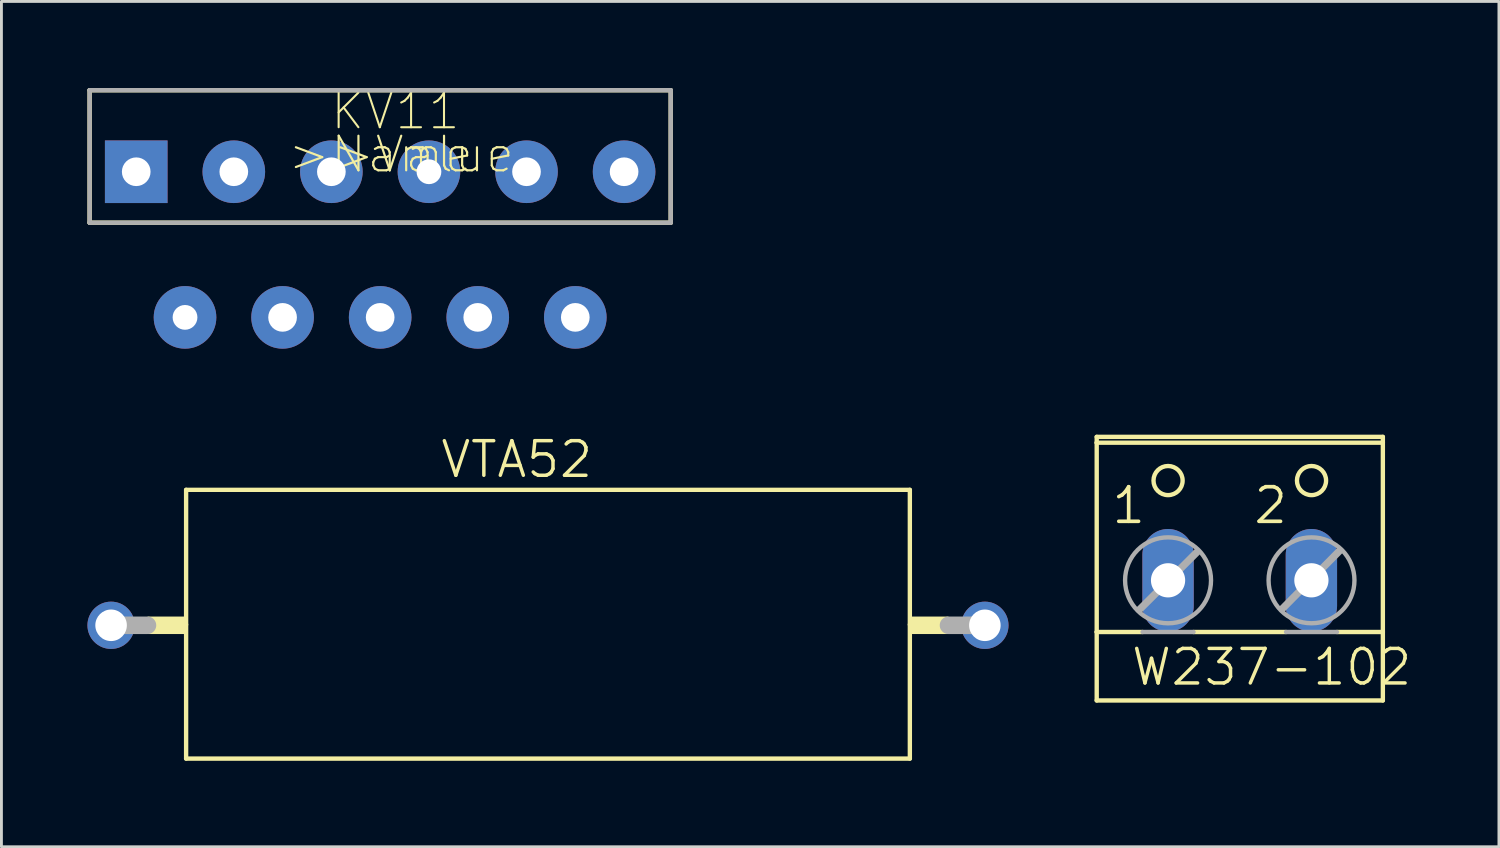
<source format=kicad_pcb>
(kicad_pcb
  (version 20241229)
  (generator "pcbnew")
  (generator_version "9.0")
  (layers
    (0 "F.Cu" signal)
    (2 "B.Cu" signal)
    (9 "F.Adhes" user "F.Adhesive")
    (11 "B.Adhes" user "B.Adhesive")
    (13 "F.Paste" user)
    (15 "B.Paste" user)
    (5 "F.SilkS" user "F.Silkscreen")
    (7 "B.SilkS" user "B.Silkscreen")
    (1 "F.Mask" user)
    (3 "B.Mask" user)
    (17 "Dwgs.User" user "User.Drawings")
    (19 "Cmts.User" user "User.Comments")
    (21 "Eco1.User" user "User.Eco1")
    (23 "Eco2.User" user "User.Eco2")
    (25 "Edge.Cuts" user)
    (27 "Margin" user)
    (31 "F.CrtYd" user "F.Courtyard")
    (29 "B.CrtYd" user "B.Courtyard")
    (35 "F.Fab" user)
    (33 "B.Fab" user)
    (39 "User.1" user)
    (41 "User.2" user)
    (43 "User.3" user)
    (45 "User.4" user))
  (footprint "VTA52"
    (layer "F.Cu")
    (at 16.065 18.762)
    (property "Reference" "VTA52" (at -3.81 -5.08 0) (layer "F.SilkS") (effects (font (size 1.206 1.206) (thickness 0.121)) (justify left bottom)))
    (attr through_hole)
    (fp_line (start -12.623 -4.725) (end -12.623 -0.025) (stroke (width 0.152) (type solid)) (layer "F.SilkS"))
    (fp_line (start -12.623 -0.025) (end -12.623 4.65) (stroke (width 0.152) (type solid)) (layer "F.SilkS"))
    (fp_line (start -12.623 4.65) (end 12.623 4.65) (stroke (width 0.152) (type solid)) (layer "F.SilkS"))
    (fp_line (start 12.623 -4.725) (end -12.623 -4.725) (stroke (width 0.152) (type solid)) (layer "F.SilkS"))
    (fp_line (start 12.623 -0.025) (end 12.623 -4.725) (stroke (width 0.152) (type solid)) (layer "F.SilkS"))
    (fp_line (start 12.623 4.65) (end 12.623 -0.025) (stroke (width 0.152) (type solid)) (layer "F.SilkS"))
    (fp_poly (pts (xy -13.97 0.305) (xy -12.568 0.305) (xy -12.568 -0.305) (xy -13.97 -0.305)) (stroke (width 0) (type solid)) (fill yes) (layer "F.SilkS"))
    (fp_poly (pts (xy 12.568 0.305) (xy 13.97 0.305) (xy 13.97 -0.305) (xy 12.568 -0.305)) (stroke (width 0) (type solid)) (fill yes) (layer "F.SilkS"))
    (fp_line (start -15.24 0) (end -13.97 0) (stroke (width 0.61) (type solid)) (layer "F.Fab"))
    (fp_line (start 13.97 0) (end 15.24 0) (stroke (width 0.61) (type solid)) (layer "F.Fab"))
    (pad "1" thru_hole circle (at -15.24 0) (size 1.65 1.65) (drill 1.1) (layers "*.Cu" "*.Mask"))
    (pad "2" thru_hole circle (at 15.24 0) (size 1.65 1.65) (drill 1.1) (layers "*.Cu" "*.Mask")))
  (footprint "KV11"
    (layer "F.Cu")
    (at 18.72 1.874)
    (property "Reference" "KV11" (at -7.976 -1.041 180) (layer "F.SilkS") (effects (font (size 1.206 1.206) (thickness 0.072))))
    (attr through_hole)
    (fp_line (start -18.644 -1.778) (end -18.644 2.845) (stroke (width 0.152) (type solid)) (layer "F.SilkS"))
    (fp_line (start -18.644 2.845) (end 1.626 2.845) (stroke (width 0.152) (type solid)) (layer "F.SilkS"))
    (fp_line (start 1.626 -1.778) (end -18.644 -1.778) (stroke (width 0.152) (type solid)) (layer "F.SilkS"))
    (fp_line (start 1.626 2.845) (end 1.626 -1.778) (stroke (width 0.152) (type solid)) (layer "F.SilkS"))
    (fp_line (start -18.644 -1.778) (end -18.644 2.845) (stroke (width 0.152) (type solid)) (layer "F.Fab"))
    (fp_line (start -18.644 2.845) (end 1.626 2.845) (stroke (width 0.152) (type solid)) (layer "F.Fab"))
    (fp_line (start 1.626 -1.778) (end -18.644 -1.778) (stroke (width 0.152) (type solid)) (layer "F.Fab"))
    (fp_line (start 1.626 2.845) (end 1.626 -1.778) (stroke (width 0.152) (type solid)) (layer "F.Fab"))
    (fp_text user ">Value" (at -10.236 1.168 0) (layer "F.SilkS") (effects (font (size 1.206 1.206) (thickness 0.076)) (justify left bottom)))
    (fp_text user ">Name" (at -11.786 1.168 0) (layer "F.SilkS") (effects (font (size 1.206 1.206) (thickness 0.076)) (justify left bottom)))
    (pad "1" thru_hole rect (at -17.018 1.067) (size 2.184 2.184) (drill 1) (layers "*.Cu" "*.Mask"))
    (pad "2" thru_hole circle (at -15.316 6.147) (size 2.184 2.184) (drill 0.864) (layers "*.Cu" "*.Mask"))
    (pad "3" thru_hole circle (at -13.614 1.067) (size 2.184 2.184) (drill 1) (layers "*.Cu" "*.Mask"))
    (pad "4" thru_hole circle (at -11.913 6.147) (size 2.184 2.184) (drill 1) (layers "*.Cu" "*.Mask"))
    (pad "5" thru_hole circle (at -10.211 1.067) (size 2.184 2.184) (drill 1) (layers "*.Cu" "*.Mask"))
    (pad "6" thru_hole circle (at -8.509 6.147) (size 2.184 2.184) (drill 1) (layers "*.Cu" "*.Mask"))
    (pad "7" thru_hole circle (at -6.807 1.067) (size 2.184 2.184) (drill 0.864) (layers "*.Cu" "*.Mask"))
    (pad "8" thru_hole circle (at -5.105 6.147) (size 2.184 2.184) (drill 1) (layers "*.Cu" "*.Mask"))
    (pad "9" thru_hole circle (at -3.404 1.067) (size 2.184 2.184) (drill 1) (layers "*.Cu" "*.Mask"))
    (pad "10" thru_hole circle (at -1.702 6.147) (size 2.184 2.184) (drill 1) (layers "*.Cu" "*.Mask"))
    (pad "11" thru_hole circle (at 0 1.067) (size 2.184 2.184) (drill 1) (layers "*.Cu" "*.Mask")))
  (footprint "W237-102"
    (layer "F.Cu")
    (at 40.195 15.923)
    (property "Reference" "W237-102" (at -3.846 5.004 180) (layer "F.SilkS") (effects (font (size 1.206 1.206) (thickness 0.121)) (justify left bottom)))
    (attr through_hole)
    (fp_line (start -4.989 -3.531) (end -4.989 -3.734) (stroke (width 0.152) (type solid)) (layer "F.SilkS"))
    (fp_line (start -4.989 -3.531) (end 4.993 -3.531) (stroke (width 0.152) (type solid)) (layer "F.SilkS"))
    (fp_line (start -4.989 3.073) (end -4.989 -3.531) (stroke (width 0.152) (type solid)) (layer "F.SilkS"))
    (fp_line (start -4.989 3.073) (end -3.389 3.073) (stroke (width 0.152) (type solid)) (layer "F.SilkS"))
    (fp_line (start -4.989 5.461) (end -4.989 3.073) (stroke (width 0.152) (type solid)) (layer "F.SilkS"))
    (fp_line (start -4.989 5.461) (end 4.993 5.461) (stroke (width 0.152) (type solid)) (layer "F.SilkS"))
    (fp_line (start -1.611 3.073) (end 1.615 3.073) (stroke (width 0.152) (type solid)) (layer "F.SilkS"))
    (fp_line (start 3.393 3.073) (end 4.993 3.073) (stroke (width 0.152) (type solid)) (layer "F.SilkS"))
    (fp_line (start 4.993 -3.734) (end -4.989 -3.734) (stroke (width 0.152) (type solid)) (layer "F.SilkS"))
    (fp_line (start 4.993 -3.734) (end 4.993 -3.531) (stroke (width 0.152) (type solid)) (layer "F.SilkS"))
    (fp_line (start 4.993 -3.531) (end 4.993 3.073) (stroke (width 0.152) (type solid)) (layer "F.SilkS"))
    (fp_line (start 4.993 3.073) (end 4.993 5.461) (stroke (width 0.152) (type solid)) (layer "F.SilkS"))
    (fp_circle (center -2.5 -2.21) (end -1.992 -2.21) (stroke (width 0.152) (type solid)) (fill no) (layer "F.SilkS"))
    (fp_circle (center 2.504 -2.21) (end 3.012 -2.21) (stroke (width 0.152) (type solid)) (fill no) (layer "F.SilkS"))
    (fp_line (start -3.491 2.286) (end -1.484 0.279) (stroke (width 0.254) (type solid)) (layer "F.Fab"))
    (fp_line (start -3.389 3.073) (end -1.611 3.073) (stroke (width 0.152) (type solid)) (layer "F.Fab"))
    (fp_line (start 1.488 2.261) (end 3.469 0.254) (stroke (width 0.254) (type solid)) (layer "F.Fab"))
    (fp_line (start 1.615 3.073) (end 3.393 3.073) (stroke (width 0.152) (type solid)) (layer "F.Fab"))
    (fp_circle (center -2.5 1.27) (end -1.001 1.27) (stroke (width 0.152) (type solid)) (fill no) (layer "F.Fab"))
    (fp_circle (center 2.504 1.27) (end 4.002 1.27) (stroke (width 0.152) (type solid)) (fill no) (layer "F.Fab"))
    (fp_text user "2" (at 0.421 -0.635 0) (layer "F.SilkS") (effects (font (size 1.206 1.206) (thickness 0.127)) (justify left bottom)))
    (fp_text user "1" (at -4.532 -0.635 0) (layer "F.SilkS") (effects (font (size 1.206 1.206) (thickness 0.127)) (justify left bottom)))
    (pad "1" thru_hole oval (at -2.5 1.27 90) (size 3.581 1.791) (drill 1.194) (layers "*.Cu" "*.Mask"))
    (pad "2" thru_hole oval (at 2.5 1.27 90) (size 3.581 1.791) (drill 1.194) (layers "*.Cu" "*.Mask")))
  (gr_rect
    (start -3 -3)
    (end 49.237 26.488)
    (stroke (width 0.1) (type default))
    (fill no)
    (layer "Edge.Cuts")))
</source>
